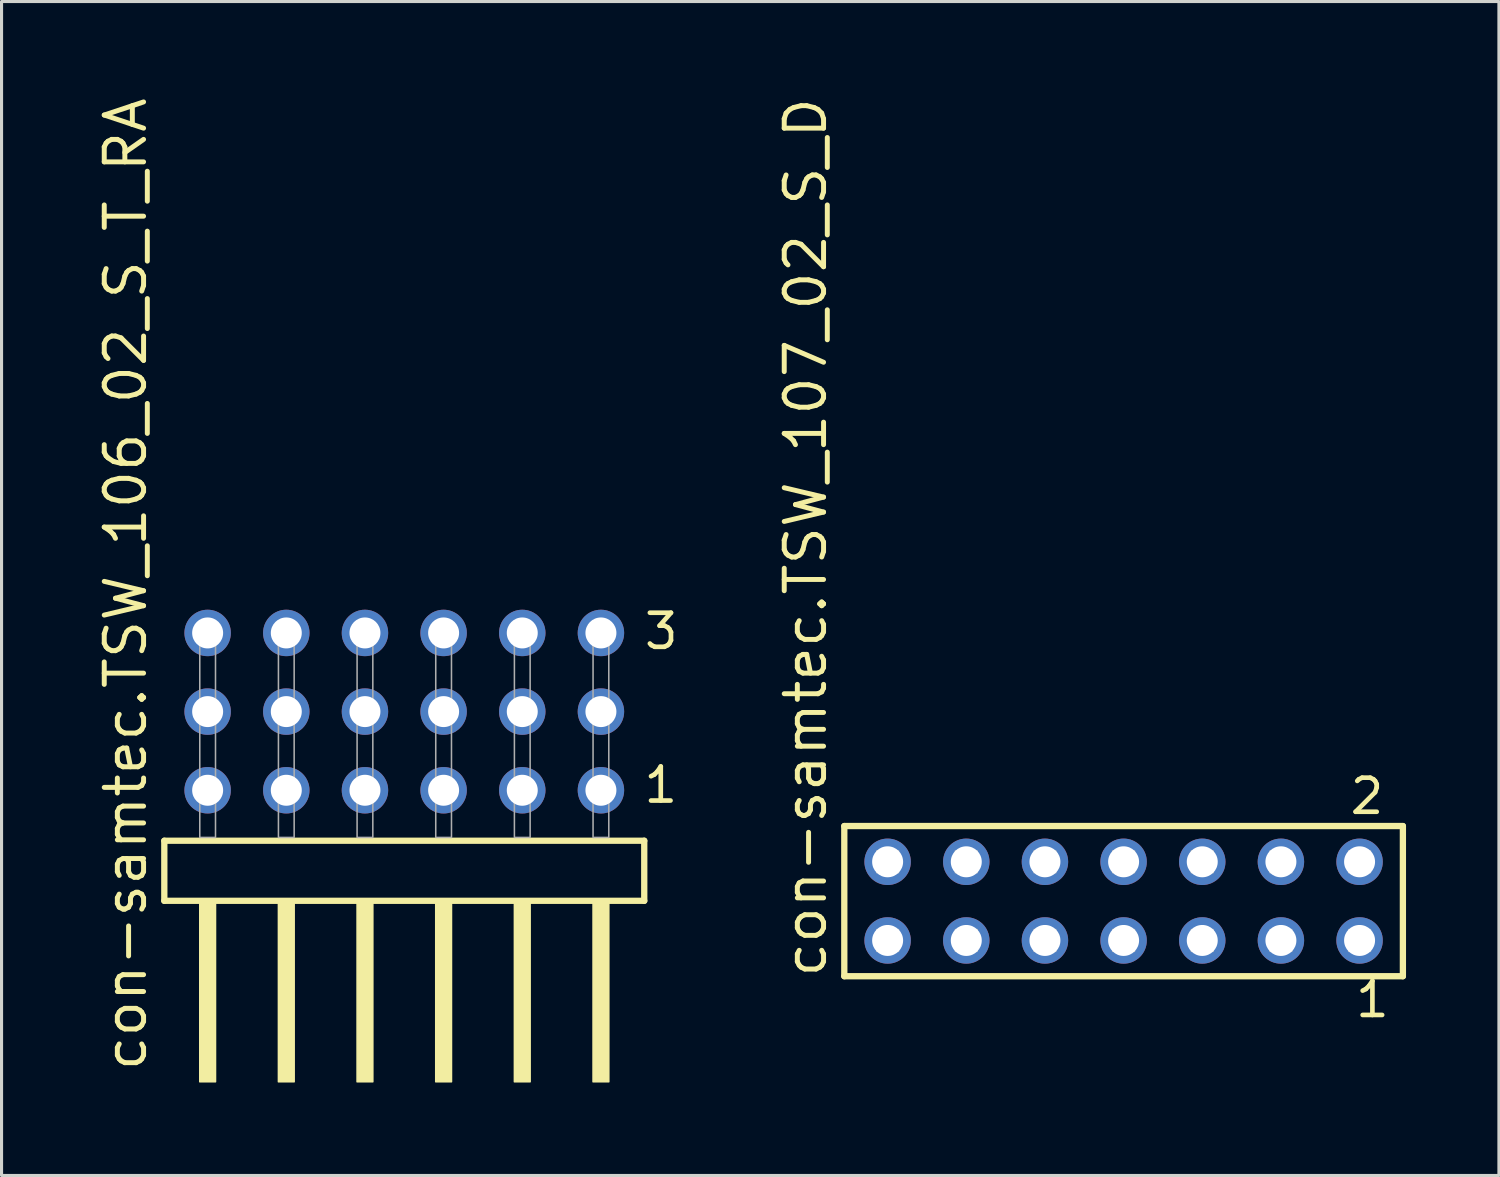
<source format=kicad_pcb>
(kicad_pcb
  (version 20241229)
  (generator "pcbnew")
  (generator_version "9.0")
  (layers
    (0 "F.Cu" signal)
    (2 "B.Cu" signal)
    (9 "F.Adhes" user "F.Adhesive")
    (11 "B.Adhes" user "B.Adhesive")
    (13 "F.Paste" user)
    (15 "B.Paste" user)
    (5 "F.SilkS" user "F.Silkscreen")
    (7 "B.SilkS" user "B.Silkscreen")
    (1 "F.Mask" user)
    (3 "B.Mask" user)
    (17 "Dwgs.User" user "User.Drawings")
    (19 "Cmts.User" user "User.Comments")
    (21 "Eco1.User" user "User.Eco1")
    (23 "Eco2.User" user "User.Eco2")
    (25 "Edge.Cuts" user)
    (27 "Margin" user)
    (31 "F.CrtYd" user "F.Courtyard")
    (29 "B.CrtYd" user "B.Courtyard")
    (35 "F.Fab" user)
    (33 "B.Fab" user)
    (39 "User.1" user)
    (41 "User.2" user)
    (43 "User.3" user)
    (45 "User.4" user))
  (footprint "con-samtec.TSW_106_02_S_T_RA"
    (layer "F.Cu")
    (at 10.005 23.993)
    (property "Reference" "con-samtec.TSW_106_02_S_T_RA" (at -8.255 7.62 90) (layer "F.SilkS") (effects (font (size 1.27 1.27) (thickness 0.16)) (justify left bottom)))
    (attr through_hole)
    (fp_line (start -7.749 0.106) (end -7.749 2.046) (stroke (width 0.203) (type default)) (layer "F.SilkS"))
    (fp_line (start -7.749 2.046) (end 7.749 2.046) (stroke (width 0.203) (type default)) (layer "F.SilkS"))
    (fp_line (start 7.749 0.106) (end -7.749 0.106) (stroke (width 0.203) (type default)) (layer "F.SilkS"))
    (fp_line (start 7.749 2.046) (end 7.749 0.106) (stroke (width 0.203) (type default)) (layer "F.SilkS"))
    (fp_rect (start -6.604 7.89) (end -6.096 2.04) (stroke (width 0.05) (type default)) (fill yes) (layer "F.SilkS"))
    (fp_rect (start -4.064 7.89) (end -3.556 2.04) (stroke (width 0.05) (type default)) (fill yes) (layer "F.SilkS"))
    (fp_rect (start -1.524 7.89) (end -1.016 2.04) (stroke (width 0.05) (type default)) (fill yes) (layer "F.SilkS"))
    (fp_rect (start 1.016 7.89) (end 1.524 2.04) (stroke (width 0.05) (type default)) (fill yes) (layer "F.SilkS"))
    (fp_rect (start 3.556 7.89) (end 4.064 2.04) (stroke (width 0.05) (type default)) (fill yes) (layer "F.SilkS"))
    (fp_rect (start 6.096 7.89) (end 6.604 2.04) (stroke (width 0.05) (type default)) (fill yes) (layer "F.SilkS"))
    (fp_rect (start -6.604 0) (end -6.096 -6.858) (stroke (width 0.05) (type default)) (fill no) (layer "F.Fab"))
    (fp_rect (start -4.064 0) (end -3.556 -6.858) (stroke (width 0.05) (type default)) (fill no) (layer "F.Fab"))
    (fp_rect (start -1.524 0) (end -1.016 -6.858) (stroke (width 0.05) (type default)) (fill no) (layer "F.Fab"))
    (fp_rect (start 1.016 0) (end 1.524 -6.858) (stroke (width 0.05) (type default)) (fill no) (layer "F.Fab"))
    (fp_rect (start 3.556 0) (end 4.064 -6.858) (stroke (width 0.05) (type default)) (fill no) (layer "F.Fab"))
    (fp_rect (start 6.096 0) (end 6.604 -6.858) (stroke (width 0.05) (type default)) (fill no) (layer "F.Fab"))
    (fp_text user "3" (at 7.675 -6.015 0) (layer "F.SilkS") (effects (font (size 1.1 1.1) (thickness 0.15)) (justify left bottom)))
    (fp_text user "1" (at 7.66 -1.05 0) (layer "F.SilkS") (effects (font (size 1.1 1.1) (thickness 0.15)) (justify left bottom)))
    (pad "1" thru_hole circle (at 6.35 -1.524 180) (size 1.5 1.5) (drill 1) (layers "*.Cu" "*.Mask"))
    (pad "2" thru_hole circle (at 6.35 -4.064 180) (size 1.5 1.5) (drill 1) (layers "*.Cu" "*.Mask"))
    (pad "3" thru_hole circle (at 6.35 -6.604 180) (size 1.5 1.5) (drill 1) (layers "*.Cu" "*.Mask"))
    (pad "4" thru_hole circle (at 3.81 -1.524 180) (size 1.5 1.5) (drill 1) (layers "*.Cu" "*.Mask"))
    (pad "5" thru_hole circle (at 3.81 -4.064 180) (size 1.5 1.5) (drill 1) (layers "*.Cu" "*.Mask"))
    (pad "6" thru_hole circle (at 3.81 -6.604 180) (size 1.5 1.5) (drill 1) (layers "*.Cu" "*.Mask"))
    (pad "7" thru_hole circle (at 1.27 -1.524 180) (size 1.5 1.5) (drill 1) (layers "*.Cu" "*.Mask"))
    (pad "8" thru_hole circle (at 1.27 -4.064 180) (size 1.5 1.5) (drill 1) (layers "*.Cu" "*.Mask"))
    (pad "9" thru_hole circle (at 1.27 -6.604 180) (size 1.5 1.5) (drill 1) (layers "*.Cu" "*.Mask"))
    (pad "10" thru_hole circle (at -1.27 -1.524 180) (size 1.5 1.5) (drill 1) (layers "*.Cu" "*.Mask"))
    (pad "11" thru_hole circle (at -1.27 -4.064 180) (size 1.5 1.5) (drill 1) (layers "*.Cu" "*.Mask"))
    (pad "12" thru_hole circle (at -1.27 -6.604 180) (size 1.5 1.5) (drill 1) (layers "*.Cu" "*.Mask"))
    (pad "13" thru_hole circle (at -3.81 -1.524 180) (size 1.5 1.5) (drill 1) (layers "*.Cu" "*.Mask"))
    (pad "14" thru_hole circle (at -3.81 -4.064 180) (size 1.5 1.5) (drill 1) (layers "*.Cu" "*.Mask"))
    (pad "15" thru_hole circle (at -3.81 -6.604 180) (size 1.5 1.5) (drill 1) (layers "*.Cu" "*.Mask"))
    (pad "16" thru_hole circle (at -6.35 -1.524 180) (size 1.5 1.5) (drill 1) (layers "*.Cu" "*.Mask"))
    (pad "17" thru_hole circle (at -6.35 -4.064 180) (size 1.5 1.5) (drill 1) (layers "*.Cu" "*.Mask"))
    (pad "18" thru_hole circle (at -6.35 -6.604 180) (size 1.5 1.5) (drill 1) (layers "*.Cu" "*.Mask")))
  (footprint "con-samtec.TSW_107_02_S_D"
    (layer "F.Cu")
    (at 33.233 26.049)
    (property "Reference" "con-samtec.TSW_107_02_S_D" (at -9.525 2.54 90) (layer "F.SilkS") (effects (font (size 1.27 1.27) (thickness 0.16)) (justify left bottom)))
    (attr through_hole)
    (fp_line (start -9.019 -2.425) (end 9.019 -2.425) (stroke (width 0.203) (type default)) (layer "F.SilkS"))
    (fp_line (start -9.019 2.425) (end -9.019 -2.425) (stroke (width 0.203) (type default)) (layer "F.SilkS"))
    (fp_line (start 9.019 -2.425) (end 9.019 2.425) (stroke (width 0.203) (type default)) (layer "F.SilkS"))
    (fp_line (start 9.019 2.425) (end -9.019 2.425) (stroke (width 0.203) (type default)) (layer "F.SilkS"))
    (fp_rect (start -7.97 -0.92) (end -7.27 -1.62) (stroke (width 0.05) (type default)) (fill no) (layer "F.Fab"))
    (fp_rect (start -7.97 1.62) (end -7.27 0.92) (stroke (width 0.05) (type default)) (fill no) (layer "F.Fab"))
    (fp_rect (start -5.43 -0.92) (end -4.73 -1.62) (stroke (width 0.05) (type default)) (fill no) (layer "F.Fab"))
    (fp_rect (start -5.43 1.62) (end -4.73 0.92) (stroke (width 0.05) (type default)) (fill no) (layer "F.Fab"))
    (fp_rect (start -2.89 -0.92) (end -2.19 -1.62) (stroke (width 0.05) (type default)) (fill no) (layer "F.Fab"))
    (fp_rect (start -2.89 1.62) (end -2.19 0.92) (stroke (width 0.05) (type default)) (fill no) (layer "F.Fab"))
    (fp_rect (start -0.35 -0.92) (end 0.35 -1.62) (stroke (width 0.05) (type default)) (fill no) (layer "F.Fab"))
    (fp_rect (start -0.35 1.62) (end 0.35 0.92) (stroke (width 0.05) (type default)) (fill no) (layer "F.Fab"))
    (fp_rect (start 2.19 -0.92) (end 2.89 -1.62) (stroke (width 0.05) (type default)) (fill no) (layer "F.Fab"))
    (fp_rect (start 2.19 1.62) (end 2.89 0.92) (stroke (width 0.05) (type default)) (fill no) (layer "F.Fab"))
    (fp_rect (start 4.73 -0.92) (end 5.43 -1.62) (stroke (width 0.05) (type default)) (fill no) (layer "F.Fab"))
    (fp_rect (start 4.73 1.62) (end 5.43 0.92) (stroke (width 0.05) (type default)) (fill no) (layer "F.Fab"))
    (fp_rect (start 7.27 -0.92) (end 7.97 -1.62) (stroke (width 0.05) (type default)) (fill no) (layer "F.Fab"))
    (fp_rect (start 7.27 1.62) (end 7.97 0.92) (stroke (width 0.05) (type default)) (fill no) (layer "F.Fab"))
    (fp_text user "1" (at 7.412 3.818 0) (layer "F.SilkS") (effects (font (size 1.1 1.1) (thickness 0.15)) (justify left bottom)))
    (fp_text user "2" (at 7.237 -2.744 0) (layer "F.SilkS") (effects (font (size 1.1 1.1) (thickness 0.15)) (justify left bottom)))
    (pad "1" thru_hole circle (at 7.62 1.27 180) (size 1.5 1.5) (drill 1) (layers "*.Cu" "*.Mask"))
    (pad "2" thru_hole circle (at 7.62 -1.27 180) (size 1.5 1.5) (drill 1) (layers "*.Cu" "*.Mask"))
    (pad "3" thru_hole circle (at 5.08 1.27 180) (size 1.5 1.5) (drill 1) (layers "*.Cu" "*.Mask"))
    (pad "4" thru_hole circle (at 5.08 -1.27 180) (size 1.5 1.5) (drill 1) (layers "*.Cu" "*.Mask"))
    (pad "5" thru_hole circle (at 2.54 1.27 180) (size 1.5 1.5) (drill 1) (layers "*.Cu" "*.Mask"))
    (pad "6" thru_hole circle (at 2.54 -1.27 180) (size 1.5 1.5) (drill 1) (layers "*.Cu" "*.Mask"))
    (pad "7" thru_hole circle (at 0 1.27 180) (size 1.5 1.5) (drill 1) (layers "*.Cu" "*.Mask"))
    (pad "8" thru_hole circle (at 0 -1.27 180) (size 1.5 1.5) (drill 1) (layers "*.Cu" "*.Mask"))
    (pad "9" thru_hole circle (at -2.54 1.27 180) (size 1.5 1.5) (drill 1) (layers "*.Cu" "*.Mask"))
    (pad "10" thru_hole circle (at -2.54 -1.27 180) (size 1.5 1.5) (drill 1) (layers "*.Cu" "*.Mask"))
    (pad "11" thru_hole circle (at -5.08 1.27 180) (size 1.5 1.5) (drill 1) (layers "*.Cu" "*.Mask"))
    (pad "12" thru_hole circle (at -5.08 -1.27 180) (size 1.5 1.5) (drill 1) (layers "*.Cu" "*.Mask"))
    (pad "13" thru_hole circle (at -7.62 1.27 180) (size 1.5 1.5) (drill 1) (layers "*.Cu" "*.Mask"))
    (pad "14" thru_hole circle (at -7.62 -1.27 180) (size 1.5 1.5) (drill 1) (layers "*.Cu" "*.Mask")))
  (gr_rect
    (start -3 -3)
    (end 45.353 34.908)
    (stroke (width 0.1) (type default))
    (fill no)
    (layer "Edge.Cuts")))
</source>
